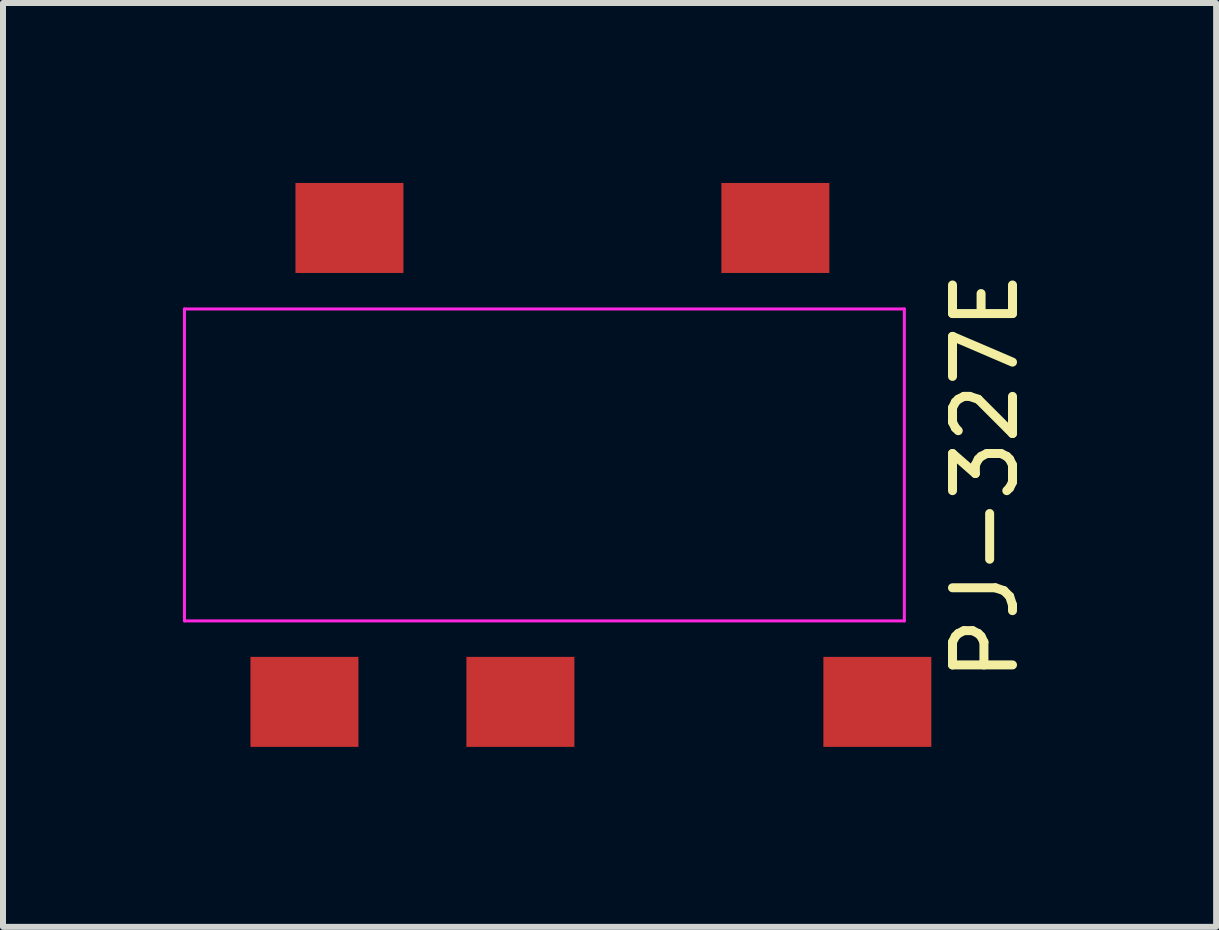
<source format=kicad_pcb>
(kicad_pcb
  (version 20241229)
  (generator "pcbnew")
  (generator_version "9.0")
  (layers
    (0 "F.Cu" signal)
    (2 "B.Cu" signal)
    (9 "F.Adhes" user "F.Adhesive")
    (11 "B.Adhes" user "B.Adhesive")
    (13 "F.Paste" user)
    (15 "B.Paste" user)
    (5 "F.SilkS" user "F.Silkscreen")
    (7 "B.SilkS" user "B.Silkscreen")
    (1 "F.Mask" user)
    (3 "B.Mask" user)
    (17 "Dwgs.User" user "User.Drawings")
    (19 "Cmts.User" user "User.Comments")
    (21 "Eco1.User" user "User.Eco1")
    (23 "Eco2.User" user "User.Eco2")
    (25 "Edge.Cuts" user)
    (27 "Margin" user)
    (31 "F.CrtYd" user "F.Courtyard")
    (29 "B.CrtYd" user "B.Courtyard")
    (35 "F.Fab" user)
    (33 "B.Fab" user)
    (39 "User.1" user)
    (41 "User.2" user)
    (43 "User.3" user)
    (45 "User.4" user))
  (footprint "PJ-327E"
    (layer "F.Cu")
    (at 6.325 4.7)
    (property "Reference" "PJ-327E" (at 7.048 0.191 90) (layer "F.SilkS") (effects (font (size 1 1) (thickness 0.15))))
    (attr smd)
    (fp_line (start -6.3 -2.6) (end 5.7 -2.6) (stroke (width 0.05) (type solid)) (layer "F.CrtYd"))
    (fp_line (start -6.3 2.6) (end -6.3 -2.6) (stroke (width 0.05) (type solid)) (layer "F.CrtYd"))
    (fp_line (start 5.7 -2.6) (end 5.7 2.6) (stroke (width 0.05) (type solid)) (layer "F.CrtYd"))
    (fp_line (start 5.7 2.6) (end -6.3 2.6) (stroke (width 0.05) (type solid)) (layer "F.CrtYd"))
    (pad "R" smd rect (at -0.7 3.95) (size 1.8 1.5) (layers "F.Cu" "F.Mask" "F.Paste"))
    (pad "S" smd rect (at -4.3 3.95) (size 1.8 1.5) (layers "F.Cu" "F.Mask" "F.Paste"))
    (pad "S" smd rect (at -3.55 -3.95) (size 1.8 1.5) (layers "F.Cu" "F.Mask" "F.Paste"))
    (pad "T" smd rect (at 3.55 -3.95) (size 1.8 1.5) (layers "F.Cu" "F.Mask" "F.Paste"))
    (pad "TN" smd rect (at 5.25 3.95) (size 1.8 1.5) (layers "F.Cu" "F.Mask" "F.Paste")))
  (gr_rect
    (start -3 -3)
    (end 17.222 12.4)
    (stroke (width 0.1) (type default))
    (fill no)
    (layer "Edge.Cuts")))
</source>
